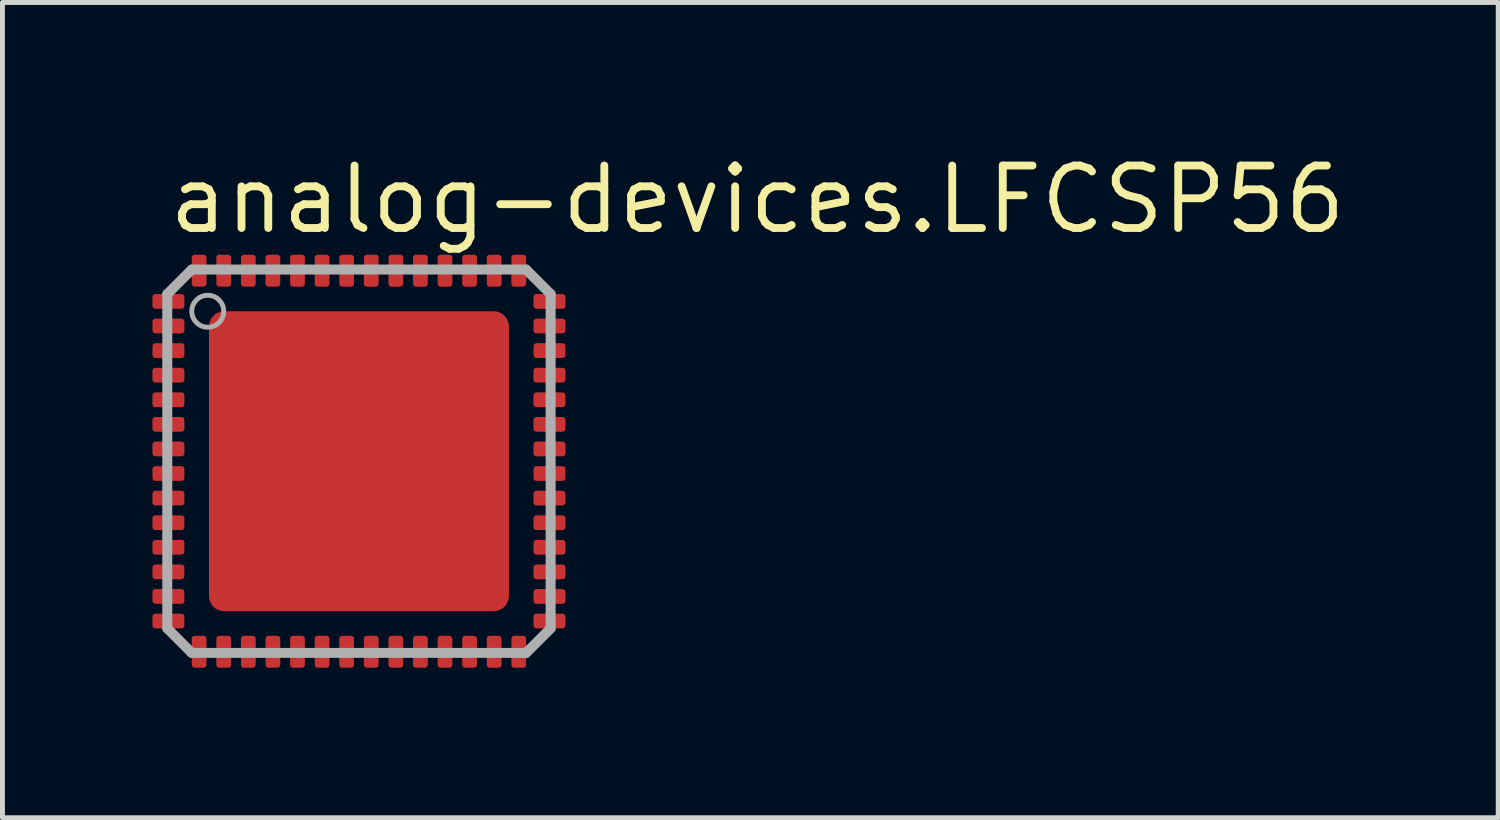
<source format=kicad_pcb>
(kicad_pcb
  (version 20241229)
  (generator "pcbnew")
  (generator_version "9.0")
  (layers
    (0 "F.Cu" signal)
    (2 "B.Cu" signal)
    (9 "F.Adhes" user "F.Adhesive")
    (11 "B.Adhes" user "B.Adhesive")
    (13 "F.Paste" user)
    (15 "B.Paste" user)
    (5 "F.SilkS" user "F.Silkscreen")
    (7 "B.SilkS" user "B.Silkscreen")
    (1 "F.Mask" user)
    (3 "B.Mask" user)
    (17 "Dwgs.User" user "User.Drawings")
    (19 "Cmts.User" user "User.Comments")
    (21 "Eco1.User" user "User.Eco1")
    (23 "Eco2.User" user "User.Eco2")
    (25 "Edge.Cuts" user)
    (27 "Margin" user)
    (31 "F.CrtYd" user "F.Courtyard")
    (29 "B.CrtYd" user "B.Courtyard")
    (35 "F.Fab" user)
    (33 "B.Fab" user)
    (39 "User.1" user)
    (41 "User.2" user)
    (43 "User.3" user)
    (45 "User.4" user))
  (footprint "analog-devices.LFCSP56"
    (layer "F.Cu")
    (at 4.25 6.33)
    (property "Reference" "analog-devices.LFCSP56" (at -3.945 -4.58 0) (layer "F.SilkS") (effects (font (size 1.27 1.27) (thickness 0.16)) (justify left bottom)))
    (attr smd)
    (fp_rect (start -4.225 -3.075) (end -3.525 -3.425) (stroke (width 0.05) (type default)) (fill yes) (layer "F.Mask"))
    (fp_rect (start -4.225 -2.575) (end -3.525 -2.925) (stroke (width 0.05) (type default)) (fill yes) (layer "F.Mask"))
    (fp_rect (start -4.225 -2.075) (end -3.525 -2.425) (stroke (width 0.05) (type default)) (fill yes) (layer "F.Mask"))
    (fp_rect (start -4.225 -1.575) (end -3.525 -1.925) (stroke (width 0.05) (type default)) (fill yes) (layer "F.Mask"))
    (fp_rect (start -4.225 -1.075) (end -3.525 -1.425) (stroke (width 0.05) (type default)) (fill yes) (layer "F.Mask"))
    (fp_rect (start -4.225 -0.575) (end -3.525 -0.925) (stroke (width 0.05) (type default)) (fill yes) (layer "F.Mask"))
    (fp_rect (start -4.225 -0.075) (end -3.525 -0.425) (stroke (width 0.05) (type default)) (fill yes) (layer "F.Mask"))
    (fp_rect (start -4.225 0.425) (end -3.525 0.075) (stroke (width 0.05) (type default)) (fill yes) (layer "F.Mask"))
    (fp_rect (start -4.225 0.925) (end -3.525 0.575) (stroke (width 0.05) (type default)) (fill yes) (layer "F.Mask"))
    (fp_rect (start -4.225 1.425) (end -3.525 1.075) (stroke (width 0.05) (type default)) (fill yes) (layer "F.Mask"))
    (fp_rect (start -4.225 1.925) (end -3.525 1.575) (stroke (width 0.05) (type default)) (fill yes) (layer "F.Mask"))
    (fp_rect (start -4.225 2.425) (end -3.525 2.075) (stroke (width 0.05) (type default)) (fill yes) (layer "F.Mask"))
    (fp_rect (start -4.225 2.925) (end -3.525 2.575) (stroke (width 0.05) (type default)) (fill yes) (layer "F.Mask"))
    (fp_rect (start -4.225 3.425) (end -3.525 3.075) (stroke (width 0.05) (type default)) (fill yes) (layer "F.Mask"))
    (fp_rect (start -3.425 -3.525) (end -3.075 -4.225) (stroke (width 0.05) (type default)) (fill yes) (layer "F.Mask"))
    (fp_rect (start -3.425 4.225) (end -3.075 3.525) (stroke (width 0.05) (type default)) (fill yes) (layer "F.Mask"))
    (fp_rect (start -3.125 3.125) (end 3.125 -3.125) (stroke (width 0.05) (type default)) (fill yes) (layer "F.Mask"))
    (fp_rect (start -2.925 -3.525) (end -2.575 -4.225) (stroke (width 0.05) (type default)) (fill yes) (layer "F.Mask"))
    (fp_rect (start -2.925 4.225) (end -2.575 3.525) (stroke (width 0.05) (type default)) (fill yes) (layer "F.Mask"))
    (fp_rect (start -2.425 -3.525) (end -2.075 -4.225) (stroke (width 0.05) (type default)) (fill yes) (layer "F.Mask"))
    (fp_rect (start -2.425 4.225) (end -2.075 3.525) (stroke (width 0.05) (type default)) (fill yes) (layer "F.Mask"))
    (fp_rect (start -1.925 -3.525) (end -1.575 -4.225) (stroke (width 0.05) (type default)) (fill yes) (layer "F.Mask"))
    (fp_rect (start -1.925 4.225) (end -1.575 3.525) (stroke (width 0.05) (type default)) (fill yes) (layer "F.Mask"))
    (fp_rect (start -1.425 -3.525) (end -1.075 -4.225) (stroke (width 0.05) (type default)) (fill yes) (layer "F.Mask"))
    (fp_rect (start -1.425 4.225) (end -1.075 3.525) (stroke (width 0.05) (type default)) (fill yes) (layer "F.Mask"))
    (fp_rect (start -0.925 -3.525) (end -0.575 -4.225) (stroke (width 0.05) (type default)) (fill yes) (layer "F.Mask"))
    (fp_rect (start -0.925 4.225) (end -0.575 3.525) (stroke (width 0.05) (type default)) (fill yes) (layer "F.Mask"))
    (fp_rect (start -0.425 -3.525) (end -0.075 -4.225) (stroke (width 0.05) (type default)) (fill yes) (layer "F.Mask"))
    (fp_rect (start -0.425 4.225) (end -0.075 3.525) (stroke (width 0.05) (type default)) (fill yes) (layer "F.Mask"))
    (fp_rect (start 0.075 -3.525) (end 0.425 -4.225) (stroke (width 0.05) (type default)) (fill yes) (layer "F.Mask"))
    (fp_rect (start 0.075 4.225) (end 0.425 3.525) (stroke (width 0.05) (type default)) (fill yes) (layer "F.Mask"))
    (fp_rect (start 0.575 -3.525) (end 0.925 -4.225) (stroke (width 0.05) (type default)) (fill yes) (layer "F.Mask"))
    (fp_rect (start 0.575 4.225) (end 0.925 3.525) (stroke (width 0.05) (type default)) (fill yes) (layer "F.Mask"))
    (fp_rect (start 1.075 -3.525) (end 1.425 -4.225) (stroke (width 0.05) (type default)) (fill yes) (layer "F.Mask"))
    (fp_rect (start 1.075 4.225) (end 1.425 3.525) (stroke (width 0.05) (type default)) (fill yes) (layer "F.Mask"))
    (fp_rect (start 1.575 -3.525) (end 1.925 -4.225) (stroke (width 0.05) (type default)) (fill yes) (layer "F.Mask"))
    (fp_rect (start 1.575 4.225) (end 1.925 3.525) (stroke (width 0.05) (type default)) (fill yes) (layer "F.Mask"))
    (fp_rect (start 2.075 -3.525) (end 2.425 -4.225) (stroke (width 0.05) (type default)) (fill yes) (layer "F.Mask"))
    (fp_rect (start 2.075 4.225) (end 2.425 3.525) (stroke (width 0.05) (type default)) (fill yes) (layer "F.Mask"))
    (fp_rect (start 2.575 -3.525) (end 2.925 -4.225) (stroke (width 0.05) (type default)) (fill yes) (layer "F.Mask"))
    (fp_rect (start 2.575 4.225) (end 2.925 3.525) (stroke (width 0.05) (type default)) (fill yes) (layer "F.Mask"))
    (fp_rect (start 3.075 -3.525) (end 3.425 -4.225) (stroke (width 0.05) (type default)) (fill yes) (layer "F.Mask"))
    (fp_rect (start 3.075 4.225) (end 3.425 3.525) (stroke (width 0.05) (type default)) (fill yes) (layer "F.Mask"))
    (fp_rect (start 3.525 -3.075) (end 4.225 -3.425) (stroke (width 0.05) (type default)) (fill yes) (layer "F.Mask"))
    (fp_rect (start 3.525 -2.575) (end 4.225 -2.925) (stroke (width 0.05) (type default)) (fill yes) (layer "F.Mask"))
    (fp_rect (start 3.525 -2.075) (end 4.225 -2.425) (stroke (width 0.05) (type default)) (fill yes) (layer "F.Mask"))
    (fp_rect (start 3.525 -1.575) (end 4.225 -1.925) (stroke (width 0.05) (type default)) (fill yes) (layer "F.Mask"))
    (fp_rect (start 3.525 -1.075) (end 4.225 -1.425) (stroke (width 0.05) (type default)) (fill yes) (layer "F.Mask"))
    (fp_rect (start 3.525 -0.575) (end 4.225 -0.925) (stroke (width 0.05) (type default)) (fill yes) (layer "F.Mask"))
    (fp_rect (start 3.525 -0.075) (end 4.225 -0.425) (stroke (width 0.05) (type default)) (fill yes) (layer "F.Mask"))
    (fp_rect (start 3.525 0.425) (end 4.225 0.075) (stroke (width 0.05) (type default)) (fill yes) (layer "F.Mask"))
    (fp_rect (start 3.525 0.925) (end 4.225 0.575) (stroke (width 0.05) (type default)) (fill yes) (layer "F.Mask"))
    (fp_rect (start 3.525 1.425) (end 4.225 1.075) (stroke (width 0.05) (type default)) (fill yes) (layer "F.Mask"))
    (fp_rect (start 3.525 1.925) (end 4.225 1.575) (stroke (width 0.05) (type default)) (fill yes) (layer "F.Mask"))
    (fp_rect (start 3.525 2.425) (end 4.225 2.075) (stroke (width 0.05) (type default)) (fill yes) (layer "F.Mask"))
    (fp_rect (start 3.525 2.925) (end 4.225 2.575) (stroke (width 0.05) (type default)) (fill yes) (layer "F.Mask"))
    (fp_rect (start 3.525 3.425) (end 4.225 3.075) (stroke (width 0.05) (type default)) (fill yes) (layer "F.Mask"))
    (fp_rect (start -4.175 -3.125) (end -3.575 -3.375) (stroke (width 0.05) (type default)) (fill yes) (layer "F.Paste"))
    (fp_rect (start -4.175 -2.625) (end -3.575 -2.875) (stroke (width 0.05) (type default)) (fill yes) (layer "F.Paste"))
    (fp_rect (start -4.175 -2.125) (end -3.575 -2.375) (stroke (width 0.05) (type default)) (fill yes) (layer "F.Paste"))
    (fp_rect (start -4.175 -1.625) (end -3.575 -1.875) (stroke (width 0.05) (type default)) (fill yes) (layer "F.Paste"))
    (fp_rect (start -4.175 -1.125) (end -3.575 -1.375) (stroke (width 0.05) (type default)) (fill yes) (layer "F.Paste"))
    (fp_rect (start -4.175 -0.625) (end -3.575 -0.875) (stroke (width 0.05) (type default)) (fill yes) (layer "F.Paste"))
    (fp_rect (start -4.175 -0.125) (end -3.575 -0.375) (stroke (width 0.05) (type default)) (fill yes) (layer "F.Paste"))
    (fp_rect (start -4.175 0.375) (end -3.575 0.125) (stroke (width 0.05) (type default)) (fill yes) (layer "F.Paste"))
    (fp_rect (start -4.175 0.875) (end -3.575 0.625) (stroke (width 0.05) (type default)) (fill yes) (layer "F.Paste"))
    (fp_rect (start -4.175 1.375) (end -3.575 1.125) (stroke (width 0.05) (type default)) (fill yes) (layer "F.Paste"))
    (fp_rect (start -4.175 1.875) (end -3.575 1.625) (stroke (width 0.05) (type default)) (fill yes) (layer "F.Paste"))
    (fp_rect (start -4.175 2.375) (end -3.575 2.125) (stroke (width 0.05) (type default)) (fill yes) (layer "F.Paste"))
    (fp_rect (start -4.175 2.875) (end -3.575 2.625) (stroke (width 0.05) (type default)) (fill yes) (layer "F.Paste"))
    (fp_rect (start -4.175 3.375) (end -3.575 3.125) (stroke (width 0.05) (type default)) (fill yes) (layer "F.Paste"))
    (fp_rect (start -3.375 -3.575) (end -3.125 -4.175) (stroke (width 0.05) (type default)) (fill yes) (layer "F.Paste"))
    (fp_rect (start -3.375 4.175) (end -3.125 3.575) (stroke (width 0.05) (type default)) (fill yes) (layer "F.Paste"))
    (fp_rect (start -2.875 -3.575) (end -2.625 -4.175) (stroke (width 0.05) (type default)) (fill yes) (layer "F.Paste"))
    (fp_rect (start -2.875 4.175) (end -2.625 3.575) (stroke (width 0.05) (type default)) (fill yes) (layer "F.Paste"))
    (fp_rect (start -2.5 -0.5) (end -0.5 -2.5) (stroke (width 0.05) (type default)) (fill yes) (layer "F.Paste"))
    (fp_rect (start -2.5 2.5) (end -0.5 0.5) (stroke (width 0.05) (type default)) (fill yes) (layer "F.Paste"))
    (fp_rect (start -2.375 -3.575) (end -2.125 -4.175) (stroke (width 0.05) (type default)) (fill yes) (layer "F.Paste"))
    (fp_rect (start -2.375 4.175) (end -2.125 3.575) (stroke (width 0.05) (type default)) (fill yes) (layer "F.Paste"))
    (fp_rect (start -1.875 -3.575) (end -1.625 -4.175) (stroke (width 0.05) (type default)) (fill yes) (layer "F.Paste"))
    (fp_rect (start -1.875 4.175) (end -1.625 3.575) (stroke (width 0.05) (type default)) (fill yes) (layer "F.Paste"))
    (fp_rect (start -1.375 -3.575) (end -1.125 -4.175) (stroke (width 0.05) (type default)) (fill yes) (layer "F.Paste"))
    (fp_rect (start -1.375 4.175) (end -1.125 3.575) (stroke (width 0.05) (type default)) (fill yes) (layer "F.Paste"))
    (fp_rect (start -0.875 -3.575) (end -0.625 -4.175) (stroke (width 0.05) (type default)) (fill yes) (layer "F.Paste"))
    (fp_rect (start -0.875 4.175) (end -0.625 3.575) (stroke (width 0.05) (type default)) (fill yes) (layer "F.Paste"))
    (fp_rect (start -0.375 -3.575) (end -0.125 -4.175) (stroke (width 0.05) (type default)) (fill yes) (layer "F.Paste"))
    (fp_rect (start -0.375 4.175) (end -0.125 3.575) (stroke (width 0.05) (type default)) (fill yes) (layer "F.Paste"))
    (fp_rect (start 0.125 -3.575) (end 0.375 -4.175) (stroke (width 0.05) (type default)) (fill yes) (layer "F.Paste"))
    (fp_rect (start 0.125 4.175) (end 0.375 3.575) (stroke (width 0.05) (type default)) (fill yes) (layer "F.Paste"))
    (fp_rect (start 0.5 -0.5) (end 2.5 -2.5) (stroke (width 0.05) (type default)) (fill yes) (layer "F.Paste"))
    (fp_rect (start 0.5 2.5) (end 2.5 0.5) (stroke (width 0.05) (type default)) (fill yes) (layer "F.Paste"))
    (fp_rect (start 0.625 -3.575) (end 0.875 -4.175) (stroke (width 0.05) (type default)) (fill yes) (layer "F.Paste"))
    (fp_rect (start 0.625 4.175) (end 0.875 3.575) (stroke (width 0.05) (type default)) (fill yes) (layer "F.Paste"))
    (fp_rect (start 1.125 -3.575) (end 1.375 -4.175) (stroke (width 0.05) (type default)) (fill yes) (layer "F.Paste"))
    (fp_rect (start 1.125 4.175) (end 1.375 3.575) (stroke (width 0.05) (type default)) (fill yes) (layer "F.Paste"))
    (fp_rect (start 1.625 -3.575) (end 1.875 -4.175) (stroke (width 0.05) (type default)) (fill yes) (layer "F.Paste"))
    (fp_rect (start 1.625 4.175) (end 1.875 3.575) (stroke (width 0.05) (type default)) (fill yes) (layer "F.Paste"))
    (fp_rect (start 2.125 -3.575) (end 2.375 -4.175) (stroke (width 0.05) (type default)) (fill yes) (layer "F.Paste"))
    (fp_rect (start 2.125 4.175) (end 2.375 3.575) (stroke (width 0.05) (type default)) (fill yes) (layer "F.Paste"))
    (fp_rect (start 2.625 -3.575) (end 2.875 -4.175) (stroke (width 0.05) (type default)) (fill yes) (layer "F.Paste"))
    (fp_rect (start 2.625 4.175) (end 2.875 3.575) (stroke (width 0.05) (type default)) (fill yes) (layer "F.Paste"))
    (fp_rect (start 3.125 -3.575) (end 3.375 -4.175) (stroke (width 0.05) (type default)) (fill yes) (layer "F.Paste"))
    (fp_rect (start 3.125 4.175) (end 3.375 3.575) (stroke (width 0.05) (type default)) (fill yes) (layer "F.Paste"))
    (fp_rect (start 3.575 -3.125) (end 4.175 -3.375) (stroke (width 0.05) (type default)) (fill yes) (layer "F.Paste"))
    (fp_rect (start 3.575 -2.625) (end 4.175 -2.875) (stroke (width 0.05) (type default)) (fill yes) (layer "F.Paste"))
    (fp_rect (start 3.575 -2.125) (end 4.175 -2.375) (stroke (width 0.05) (type default)) (fill yes) (layer "F.Paste"))
    (fp_rect (start 3.575 -1.625) (end 4.175 -1.875) (stroke (width 0.05) (type default)) (fill yes) (layer "F.Paste"))
    (fp_rect (start 3.575 -1.125) (end 4.175 -1.375) (stroke (width 0.05) (type default)) (fill yes) (layer "F.Paste"))
    (fp_rect (start 3.575 -0.625) (end 4.175 -0.875) (stroke (width 0.05) (type default)) (fill yes) (layer "F.Paste"))
    (fp_rect (start 3.575 -0.125) (end 4.175 -0.375) (stroke (width 0.05) (type default)) (fill yes) (layer "F.Paste"))
    (fp_rect (start 3.575 0.375) (end 4.175 0.125) (stroke (width 0.05) (type default)) (fill yes) (layer "F.Paste"))
    (fp_rect (start 3.575 0.875) (end 4.175 0.625) (stroke (width 0.05) (type default)) (fill yes) (layer "F.Paste"))
    (fp_rect (start 3.575 1.375) (end 4.175 1.125) (stroke (width 0.05) (type default)) (fill yes) (layer "F.Paste"))
    (fp_rect (start 3.575 1.875) (end 4.175 1.625) (stroke (width 0.05) (type default)) (fill yes) (layer "F.Paste"))
    (fp_rect (start 3.575 2.375) (end 4.175 2.125) (stroke (width 0.05) (type default)) (fill yes) (layer "F.Paste"))
    (fp_rect (start 3.575 2.875) (end 4.175 2.625) (stroke (width 0.05) (type default)) (fill yes) (layer "F.Paste"))
    (fp_rect (start 3.575 3.375) (end 4.175 3.125) (stroke (width 0.05) (type default)) (fill yes) (layer "F.Paste"))
    (fp_line (start -3.898 -3.4) (end -3.898 3.4) (stroke (width 0.203) (type default)) (layer "F.Fab"))
    (fp_line (start -3.898 -3.4) (end -3.4 -3.898) (stroke (width 0.203) (type default)) (layer "F.Fab"))
    (fp_line (start -3.4 3.898) (end -3.898 3.4) (stroke (width 0.203) (type default)) (layer "F.Fab"))
    (fp_line (start -3.4 3.898) (end 3.4 3.898) (stroke (width 0.203) (type default)) (layer "F.Fab"))
    (fp_line (start 3.4 -3.898) (end -3.4 -3.898) (stroke (width 0.203) (type default)) (layer "F.Fab"))
    (fp_line (start 3.4 -3.898) (end 3.898 -3.4) (stroke (width 0.203) (type default)) (layer "F.Fab"))
    (fp_line (start 3.898 3.4) (end 3.4 3.898) (stroke (width 0.203) (type default)) (layer "F.Fab"))
    (fp_line (start 3.898 3.4) (end 3.898 -3.4) (stroke (width 0.203) (type default)) (layer "F.Fab"))
    (fp_circle (center -3.075 -3.05) (end -2.75 -3.05) (stroke (width 0.1) (type default)) (fill no) (layer "F.Fab"))
    (pad "1" smd roundrect (at -3.875 -3.25) (size 0.65 0.3) (layers "F.Cu" "F.Mask" "F.Paste") (roundrect_rratio 0.2))
    (pad "2" smd roundrect (at -3.875 -2.75) (size 0.65 0.3) (layers "F.Cu" "F.Mask" "F.Paste") (roundrect_rratio 0.2))
    (pad "3" smd roundrect (at -3.875 -2.25) (size 0.65 0.3) (layers "F.Cu" "F.Mask" "F.Paste") (roundrect_rratio 0.2))
    (pad "4" smd roundrect (at -3.875 -1.75) (size 0.65 0.3) (layers "F.Cu" "F.Mask" "F.Paste") (roundrect_rratio 0.2))
    (pad "5" smd roundrect (at -3.875 -1.25) (size 0.65 0.3) (layers "F.Cu" "F.Mask" "F.Paste") (roundrect_rratio 0.2))
    (pad "6" smd roundrect (at -3.875 -0.75) (size 0.65 0.3) (layers "F.Cu" "F.Mask" "F.Paste") (roundrect_rratio 0.2))
    (pad "7" smd roundrect (at -3.875 -0.25) (size 0.65 0.3) (layers "F.Cu" "F.Mask" "F.Paste") (roundrect_rratio 0.2))
    (pad "8" smd roundrect (at -3.875 0.25) (size 0.65 0.3) (layers "F.Cu" "F.Mask" "F.Paste") (roundrect_rratio 0.2))
    (pad "9" smd roundrect (at -3.875 0.75) (size 0.65 0.3) (layers "F.Cu" "F.Mask" "F.Paste") (roundrect_rratio 0.2))
    (pad "10" smd roundrect (at -3.875 1.25) (size 0.65 0.3) (layers "F.Cu" "F.Mask" "F.Paste") (roundrect_rratio 0.2))
    (pad "11" smd roundrect (at -3.875 1.75) (size 0.65 0.3) (layers "F.Cu" "F.Mask" "F.Paste") (roundrect_rratio 0.2))
    (pad "12" smd roundrect (at -3.875 2.25) (size 0.65 0.3) (layers "F.Cu" "F.Mask" "F.Paste") (roundrect_rratio 0.2))
    (pad "13" smd roundrect (at -3.875 2.75) (size 0.65 0.3) (layers "F.Cu" "F.Mask" "F.Paste") (roundrect_rratio 0.2))
    (pad "14" smd roundrect (at -3.875 3.25) (size 0.65 0.3) (layers "F.Cu" "F.Mask" "F.Paste") (roundrect_rratio 0.2))
    (pad "15" smd roundrect (at -3.25 3.875 90) (size 0.65 0.3) (layers "F.Cu" "F.Mask" "F.Paste") (roundrect_rratio 0.2))
    (pad "16" smd roundrect (at -2.75 3.875 90) (size 0.65 0.3) (layers "F.Cu" "F.Mask" "F.Paste") (roundrect_rratio 0.2))
    (pad "17" smd roundrect (at -2.25 3.875) (size 0.3 0.65) (layers "F.Cu" "F.Mask" "F.Paste") (roundrect_rratio 0.2))
    (pad "18" smd roundrect (at -1.75 3.875) (size 0.3 0.65) (layers "F.Cu" "F.Mask" "F.Paste") (roundrect_rratio 0.2))
    (pad "19" smd roundrect (at -1.25 3.875) (size 0.3 0.65) (layers "F.Cu" "F.Mask" "F.Paste") (roundrect_rratio 0.2))
    (pad "20" smd roundrect (at -0.75 3.875) (size 0.3 0.65) (layers "F.Cu" "F.Mask" "F.Paste") (roundrect_rratio 0.2))
    (pad "21" smd roundrect (at -0.25 3.875) (size 0.3 0.65) (layers "F.Cu" "F.Mask" "F.Paste") (roundrect_rratio 0.2))
    (pad "22" smd roundrect (at 0.25 3.875) (size 0.3 0.65) (layers "F.Cu" "F.Mask" "F.Paste") (roundrect_rratio 0.2))
    (pad "23" smd roundrect (at 0.75 3.875) (size 0.3 0.65) (layers "F.Cu" "F.Mask" "F.Paste") (roundrect_rratio 0.2))
    (pad "24" smd roundrect (at 1.25 3.875) (size 0.3 0.65) (layers "F.Cu" "F.Mask" "F.Paste") (roundrect_rratio 0.2))
    (pad "25" smd roundrect (at 1.75 3.875) (size 0.3 0.65) (layers "F.Cu" "F.Mask" "F.Paste") (roundrect_rratio 0.2))
    (pad "26" smd roundrect (at 2.25 3.875) (size 0.3 0.65) (layers "F.Cu" "F.Mask" "F.Paste") (roundrect_rratio 0.2))
    (pad "27" smd roundrect (at 2.75 3.875) (size 0.3 0.65) (layers "F.Cu" "F.Mask" "F.Paste") (roundrect_rratio 0.2))
    (pad "28" smd roundrect (at 3.25 3.875) (size 0.3 0.65) (layers "F.Cu" "F.Mask" "F.Paste") (roundrect_rratio 0.2))
    (pad "29" smd roundrect (at 3.875 3.25 90) (size 0.3 0.65) (layers "F.Cu" "F.Mask" "F.Paste") (roundrect_rratio 0.2))
    (pad "30" smd roundrect (at 3.875 2.75 90) (size 0.3 0.65) (layers "F.Cu" "F.Mask" "F.Paste") (roundrect_rratio 0.2))
    (pad "31" smd roundrect (at 3.875 2.25 90) (size 0.3 0.65) (layers "F.Cu" "F.Mask" "F.Paste") (roundrect_rratio 0.2))
    (pad "32" smd roundrect (at 3.875 1.75 90) (size 0.3 0.65) (layers "F.Cu" "F.Mask" "F.Paste") (roundrect_rratio 0.2))
    (pad "33" smd roundrect (at 3.875 1.25) (size 0.65 0.3) (layers "F.Cu" "F.Mask" "F.Paste") (roundrect_rratio 0.2))
    (pad "34" smd roundrect (at 3.875 0.75) (size 0.65 0.3) (layers "F.Cu" "F.Mask" "F.Paste") (roundrect_rratio 0.2))
    (pad "35" smd roundrect (at 3.875 0.25) (size 0.65 0.3) (layers "F.Cu" "F.Mask" "F.Paste") (roundrect_rratio 0.2))
    (pad "36" smd roundrect (at 3.875 -0.25) (size 0.65 0.3) (layers "F.Cu" "F.Mask" "F.Paste") (roundrect_rratio 0.2))
    (pad "37" smd roundrect (at 3.875 -0.75) (size 0.65 0.3) (layers "F.Cu" "F.Mask" "F.Paste") (roundrect_rratio 0.2))
    (pad "38" smd roundrect (at 3.875 -1.25) (size 0.65 0.3) (layers "F.Cu" "F.Mask" "F.Paste") (roundrect_rratio 0.2))
    (pad "39" smd roundrect (at 3.875 -1.75) (size 0.65 0.3) (layers "F.Cu" "F.Mask" "F.Paste") (roundrect_rratio 0.2))
    (pad "40" smd roundrect (at 3.875 -2.25) (size 0.65 0.3) (layers "F.Cu" "F.Mask" "F.Paste") (roundrect_rratio 0.2))
    (pad "41" smd roundrect (at 3.875 -2.75) (size 0.65 0.3) (layers "F.Cu" "F.Mask" "F.Paste") (roundrect_rratio 0.2))
    (pad "42" smd roundrect (at 3.875 -3.25) (size 0.65 0.3) (layers "F.Cu" "F.Mask" "F.Paste") (roundrect_rratio 0.2))
    (pad "43" smd roundrect (at 3.25 -3.875 90) (size 0.65 0.3) (layers "F.Cu" "F.Mask" "F.Paste") (roundrect_rratio 0.2))
    (pad "44" smd roundrect (at 2.75 -3.875 90) (size 0.65 0.3) (layers "F.Cu" "F.Mask" "F.Paste") (roundrect_rratio 0.2))
    (pad "45" smd roundrect (at 2.25 -3.875 90) (size 0.65 0.3) (layers "F.Cu" "F.Mask" "F.Paste") (roundrect_rratio 0.2))
    (pad "46" smd roundrect (at 1.75 -3.875 90) (size 0.65 0.3) (layers "F.Cu" "F.Mask" "F.Paste") (roundrect_rratio 0.2))
    (pad "47" smd roundrect (at 1.25 -3.875 90) (size 0.65 0.3) (layers "F.Cu" "F.Mask" "F.Paste") (roundrect_rratio 0.2))
    (pad "48" smd roundrect (at 0.75 -3.875 90) (size 0.65 0.3) (layers "F.Cu" "F.Mask" "F.Paste") (roundrect_rratio 0.2))
    (pad "49" smd roundrect (at 0.25 -3.875) (size 0.3 0.65) (layers "F.Cu" "F.Mask" "F.Paste") (roundrect_rratio 0.2))
    (pad "50" smd roundrect (at -0.25 -3.875) (size 0.3 0.65) (layers "F.Cu" "F.Mask" "F.Paste") (roundrect_rratio 0.2))
    (pad "51" smd roundrect (at -0.75 -3.875) (size 0.3 0.65) (layers "F.Cu" "F.Mask" "F.Paste") (roundrect_rratio 0.2))
    (pad "52" smd roundrect (at -1.25 -3.875) (size 0.3 0.65) (layers "F.Cu" "F.Mask" "F.Paste") (roundrect_rratio 0.2))
    (pad "53" smd roundrect (at -1.75 -3.875) (size 0.3 0.65) (layers "F.Cu" "F.Mask" "F.Paste") (roundrect_rratio 0.2))
    (pad "54" smd roundrect (at -2.25 -3.875) (size 0.3 0.65) (layers "F.Cu" "F.Mask" "F.Paste") (roundrect_rratio 0.2))
    (pad "55" smd roundrect (at -2.75 -3.875) (size 0.3 0.65) (layers "F.Cu" "F.Mask" "F.Paste") (roundrect_rratio 0.2))
    (pad "56" smd roundrect (at -3.25 -3.875) (size 0.3 0.65) (layers "F.Cu" "F.Mask" "F.Paste") (roundrect_rratio 0.2))
    (pad "EXP" smd roundrect (at 0 0) (size 6.1 6.1) (layers "F.Cu" "F.Mask" "F.Paste") (roundrect_rratio 0.05)))
  (gr_rect
    (start -3 -3)
    (end 27.419 13.58)
    (stroke (width 0.1) (type default))
    (fill no)
    (layer "Edge.Cuts")))
</source>
